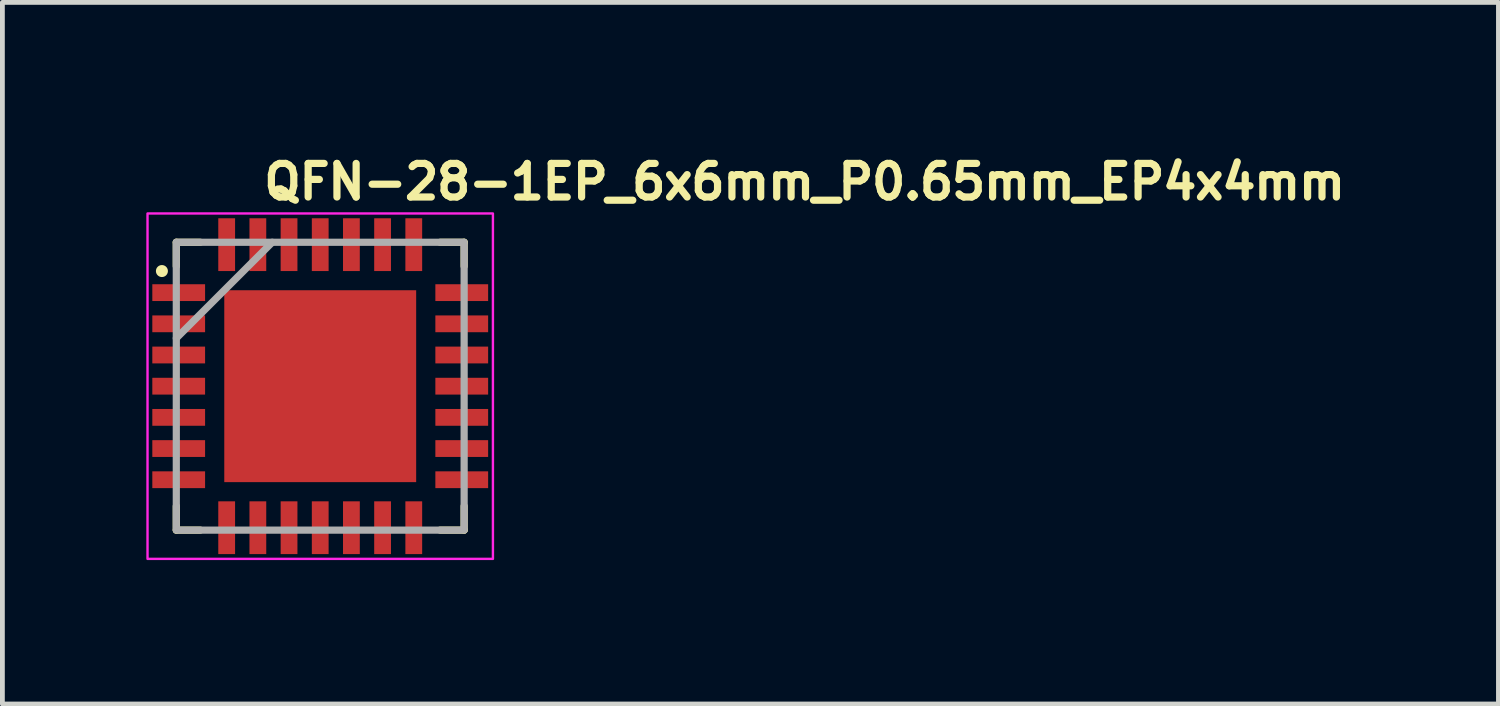
<source format=kicad_pcb>
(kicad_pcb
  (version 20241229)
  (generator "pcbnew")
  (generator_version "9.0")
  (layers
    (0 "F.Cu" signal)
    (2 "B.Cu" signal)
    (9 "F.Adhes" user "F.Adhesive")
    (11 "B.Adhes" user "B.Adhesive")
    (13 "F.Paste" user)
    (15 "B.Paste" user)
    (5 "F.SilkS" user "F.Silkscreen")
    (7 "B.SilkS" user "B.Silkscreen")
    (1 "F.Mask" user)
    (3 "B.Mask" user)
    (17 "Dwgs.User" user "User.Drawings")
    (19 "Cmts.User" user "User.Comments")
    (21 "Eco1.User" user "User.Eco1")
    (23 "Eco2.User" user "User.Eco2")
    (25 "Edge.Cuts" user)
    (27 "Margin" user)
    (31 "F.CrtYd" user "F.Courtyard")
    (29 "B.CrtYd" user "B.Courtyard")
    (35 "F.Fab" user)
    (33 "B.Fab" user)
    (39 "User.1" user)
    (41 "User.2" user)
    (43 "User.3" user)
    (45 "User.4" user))
  (footprint "QFN-28-1EP_6x6mm_P0.65mm_EP4x4mm"
    (layer "F.Cu")
    (at 3.625 5)
    (property "Reference" "QFN-28-1EP_6x6mm_P0.65mm_EP4x4mm" (at -1.25 -3.85 0) (layer "F.SilkS") (effects (font (size 0.7 0.7) (thickness 0.15)) (justify left bottom)))
    (attr smd)
    (fp_line (start -3 -3) (end -3 -2.5) (stroke (width 0.15) (type solid)) (layer "F.SilkS"))
    (fp_line (start -3 -3) (end -2.5 -3) (stroke (width 0.15) (type solid)) (layer "F.SilkS"))
    (fp_line (start -3 3) (end -3 2.5) (stroke (width 0.15) (type solid)) (layer "F.SilkS"))
    (fp_line (start -3 3) (end -2.5 3) (stroke (width 0.15) (type solid)) (layer "F.SilkS"))
    (fp_line (start 3 -3) (end 2.5 -3) (stroke (width 0.15) (type solid)) (layer "F.SilkS"))
    (fp_line (start 3 -3) (end 3 -2.5) (stroke (width 0.15) (type solid)) (layer "F.SilkS"))
    (fp_line (start 3 3) (end 2.5 3) (stroke (width 0.15) (type solid)) (layer "F.SilkS"))
    (fp_line (start 3 3) (end 3 2.5) (stroke (width 0.15) (type solid)) (layer "F.SilkS"))
    (fp_circle (center -3.3 -2.4) (end -3.25 -2.4) (stroke (width 0.15) (type solid)) (fill yes) (layer "F.SilkS"))
    (fp_poly (pts (xy -1.17 -1.17) (xy 1.17 -1.17) (xy 1.17 1.17) (xy -1.17 1.17)) (stroke (width 0.01) (type solid)) (fill yes) (layer "F.Paste"))
    (fp_rect (start -3.6 -3.6) (end 3.6 3.6) (stroke (width 0.05) (type solid)) (fill no) (layer "F.CrtYd"))
    (fp_line (start -3 -1) (end -1 -3) (stroke (width 0.15) (type solid)) (layer "F.Fab"))
    (fp_rect (start -3 -3) (end 3 3) (stroke (width 0.15) (type solid)) (fill no) (layer "F.Fab"))
    (fp_rect (start -3.01 -3.01) (end 3.01 3.01) (stroke (width 0.1) (type solid)) (fill no) (layer "User.5"))
    (fp_line (start -3.01 -2.1) (end -3 -2.1) (stroke (width 0.02) (type solid)) (layer "User.9"))
    (fp_line (start -3.01 -1.8) (end -3.01 -2.1) (stroke (width 0.02) (type solid)) (layer "User.9"))
    (fp_line (start -3.01 -1.45) (end -3 -1.45) (stroke (width 0.02) (type solid)) (layer "User.9"))
    (fp_line (start -3.01 -1.15) (end -3.01 -1.45) (stroke (width 0.02) (type solid)) (layer "User.9"))
    (fp_line (start -3.01 -0.8) (end -3 -0.8) (stroke (width 0.02) (type solid)) (layer "User.9"))
    (fp_line (start -3.01 -0.5) (end -3.01 -0.8) (stroke (width 0.02) (type solid)) (layer "User.9"))
    (fp_line (start -3.01 -0.15) (end -3 -0.15) (stroke (width 0.02) (type solid)) (layer "User.9"))
    (fp_line (start -3.01 0.15) (end -3.01 -0.15) (stroke (width 0.02) (type solid)) (layer "User.9"))
    (fp_line (start -3.01 0.5) (end -3 0.5) (stroke (width 0.02) (type solid)) (layer "User.9"))
    (fp_line (start -3.01 0.8) (end -3.01 0.5) (stroke (width 0.02) (type solid)) (layer "User.9"))
    (fp_line (start -3.01 1.15) (end -3 1.15) (stroke (width 0.02) (type solid)) (layer "User.9"))
    (fp_line (start -3.01 1.45) (end -3.01 1.15) (stroke (width 0.02) (type solid)) (layer "User.9"))
    (fp_line (start -3.01 1.8) (end -3 1.8) (stroke (width 0.02) (type solid)) (layer "User.9"))
    (fp_line (start -3.01 2.1) (end -3.01 1.8) (stroke (width 0.02) (type solid)) (layer "User.9"))
    (fp_line (start -3 -3) (end -3 3) (stroke (width 0.02) (type solid)) (layer "User.9"))
    (fp_line (start -3 -1.8) (end -3.01 -1.8) (stroke (width 0.02) (type solid)) (layer "User.9"))
    (fp_line (start -3 -1.15) (end -3.01 -1.15) (stroke (width 0.02) (type solid)) (layer "User.9"))
    (fp_line (start -3 -0.5) (end -3.01 -0.5) (stroke (width 0.02) (type solid)) (layer "User.9"))
    (fp_line (start -3 0.15) (end -3.01 0.15) (stroke (width 0.02) (type solid)) (layer "User.9"))
    (fp_line (start -3 0.8) (end -3.01 0.8) (stroke (width 0.02) (type solid)) (layer "User.9"))
    (fp_line (start -3 1.45) (end -3.01 1.45) (stroke (width 0.02) (type solid)) (layer "User.9"))
    (fp_line (start -3 2.1) (end -3.01 2.1) (stroke (width 0.02) (type solid)) (layer "User.9"))
    (fp_line (start -3 3) (end 3 3) (stroke (width 0.02) (type solid)) (layer "User.9"))
    (fp_line (start -2.55 -2.3) (end -2.549 -2.284) (stroke (width 0.02) (type solid)) (layer "User.9"))
    (fp_line (start -2.549 -2.316) (end -2.55 -2.3) (stroke (width 0.02) (type solid)) (layer "User.9"))
    (fp_line (start -2.549 -2.284) (end -2.548 -2.268) (stroke (width 0.02) (type solid)) (layer "User.9"))
    (fp_line (start -2.548 -2.332) (end -2.549 -2.316) (stroke (width 0.02) (type solid)) (layer "User.9"))
    (fp_line (start -2.548 -2.268) (end -2.545 -2.252) (stroke (width 0.02) (type solid)) (layer "User.9"))
    (fp_line (start -2.545 -2.348) (end -2.548 -2.332) (stroke (width 0.02) (type solid)) (layer "User.9"))
    (fp_line (start -2.545 -2.252) (end -2.542 -2.236) (stroke (width 0.02) (type solid)) (layer "User.9"))
    (fp_line (start -2.542 -2.364) (end -2.545 -2.348) (stroke (width 0.02) (type solid)) (layer "User.9"))
    (fp_line (start -2.542 -2.236) (end -2.537 -2.22) (stroke (width 0.02) (type solid)) (layer "User.9"))
    (fp_line (start -2.537 -2.38) (end -2.542 -2.364) (stroke (width 0.02) (type solid)) (layer "User.9"))
    (fp_line (start -2.537 -2.22) (end -2.531 -2.205) (stroke (width 0.02) (type solid)) (layer "User.9"))
    (fp_line (start -2.531 -2.395) (end -2.537 -2.38) (stroke (width 0.02) (type solid)) (layer "User.9"))
    (fp_line (start -2.531 -2.205) (end -2.524 -2.19) (stroke (width 0.02) (type solid)) (layer "User.9"))
    (fp_line (start -2.524 -2.41) (end -2.531 -2.395) (stroke (width 0.02) (type solid)) (layer "User.9"))
    (fp_line (start -2.524 -2.19) (end -2.517 -2.175) (stroke (width 0.02) (type solid)) (layer "User.9"))
    (fp_line (start -2.517 -2.425) (end -2.524 -2.41) (stroke (width 0.02) (type solid)) (layer "User.9"))
    (fp_line (start -2.517 -2.425) (end -2.517 -2.425) (stroke (width 0.02) (type solid)) (layer "User.9"))
    (fp_line (start -2.517 -2.175) (end -2.517 -2.175) (stroke (width 0.02) (type solid)) (layer "User.9"))
    (fp_line (start -2.517 -2.175) (end -2.512 -2.168) (stroke (width 0.02) (type solid)) (layer "User.9"))
    (fp_line (start -2.512 -2.168) (end -2.508 -2.161) (stroke (width 0.02) (type solid)) (layer "User.9"))
    (fp_line (start -2.508 -2.439) (end -2.517 -2.425) (stroke (width 0.02) (type solid)) (layer "User.9"))
    (fp_line (start -2.508 -2.161) (end -2.503 -2.154) (stroke (width 0.02) (type solid)) (layer "User.9"))
    (fp_line (start -2.503 -2.154) (end -2.498 -2.147) (stroke (width 0.02) (type solid)) (layer "User.9"))
    (fp_line (start -2.498 -2.453) (end -2.508 -2.439) (stroke (width 0.02) (type solid)) (layer "User.9"))
    (fp_line (start -2.498 -2.147) (end -2.493 -2.141) (stroke (width 0.02) (type solid)) (layer "User.9"))
    (fp_line (start -2.493 -2.141) (end -2.488 -2.135) (stroke (width 0.02) (type solid)) (layer "User.9"))
    (fp_line (start -2.488 -2.465) (end -2.498 -2.453) (stroke (width 0.02) (type solid)) (layer "User.9"))
    (fp_line (start -2.488 -2.135) (end -2.482 -2.129) (stroke (width 0.02) (type solid)) (layer "User.9"))
    (fp_line (start -2.482 -2.129) (end -2.476 -2.123) (stroke (width 0.02) (type solid)) (layer "User.9"))
    (fp_line (start -2.476 -2.477) (end -2.488 -2.465) (stroke (width 0.02) (type solid)) (layer "User.9"))
    (fp_line (start -2.476 -2.123) (end -2.471 -2.117) (stroke (width 0.02) (type solid)) (layer "User.9"))
    (fp_line (start -2.471 -2.117) (end -2.464 -2.112) (stroke (width 0.02) (type solid)) (layer "User.9"))
    (fp_line (start -2.464 -2.488) (end -2.476 -2.477) (stroke (width 0.02) (type solid)) (layer "User.9"))
    (fp_line (start -2.464 -2.112) (end -2.458 -2.106) (stroke (width 0.02) (type solid)) (layer "User.9"))
    (fp_line (start -2.458 -2.106) (end -2.452 -2.101) (stroke (width 0.02) (type solid)) (layer "User.9"))
    (fp_line (start -2.452 -2.499) (end -2.464 -2.488) (stroke (width 0.02) (type solid)) (layer "User.9"))
    (fp_line (start -2.452 -2.101) (end -2.445 -2.097) (stroke (width 0.02) (type solid)) (layer "User.9"))
    (fp_line (start -2.445 -2.097) (end -2.439 -2.092) (stroke (width 0.02) (type solid)) (layer "User.9"))
    (fp_line (start -2.439 -2.508) (end -2.452 -2.499) (stroke (width 0.02) (type solid)) (layer "User.9"))
    (fp_line (start -2.439 -2.092) (end -2.432 -2.088) (stroke (width 0.02) (type solid)) (layer "User.9"))
    (fp_line (start -2.432 -2.088) (end -2.425 -2.083) (stroke (width 0.02) (type solid)) (layer "User.9"))
    (fp_line (start -2.425 -2.517) (end -2.439 -2.508) (stroke (width 0.02) (type solid)) (layer "User.9"))
    (fp_line (start -2.425 -2.083) (end -2.418 -2.08) (stroke (width 0.02) (type solid)) (layer "User.9"))
    (fp_line (start -2.418 -2.08) (end -2.411 -2.076) (stroke (width 0.02) (type solid)) (layer "User.9"))
    (fp_line (start -2.411 -2.524) (end -2.425 -2.517) (stroke (width 0.02) (type solid)) (layer "User.9"))
    (fp_line (start -2.411 -2.076) (end -2.403 -2.072) (stroke (width 0.02) (type solid)) (layer "User.9"))
    (fp_line (start -2.403 -2.072) (end -2.396 -2.069) (stroke (width 0.02) (type solid)) (layer "User.9"))
    (fp_line (start -2.396 -2.531) (end -2.411 -2.524) (stroke (width 0.02) (type solid)) (layer "User.9"))
    (fp_line (start -2.396 -2.069) (end -2.388 -2.066) (stroke (width 0.02) (type solid)) (layer "User.9"))
    (fp_line (start -2.388 -2.066) (end -2.381 -2.063) (stroke (width 0.02) (type solid)) (layer "User.9"))
    (fp_line (start -2.381 -2.537) (end -2.396 -2.531) (stroke (width 0.02) (type solid)) (layer "User.9"))
    (fp_line (start -2.381 -2.063) (end -2.373 -2.061) (stroke (width 0.02) (type solid)) (layer "User.9"))
    (fp_line (start -2.373 -2.061) (end -2.365 -2.059) (stroke (width 0.02) (type solid)) (layer "User.9"))
    (fp_line (start -2.365 -2.541) (end -2.381 -2.537) (stroke (width 0.02) (type solid)) (layer "User.9"))
    (fp_line (start -2.365 -2.059) (end -2.357 -2.057) (stroke (width 0.02) (type solid)) (layer "User.9"))
    (fp_line (start -2.357 -2.057) (end -2.349 -2.055) (stroke (width 0.02) (type solid)) (layer "User.9"))
    (fp_line (start -2.349 -2.545) (end -2.365 -2.541) (stroke (width 0.02) (type solid)) (layer "User.9"))
    (fp_line (start -2.349 -2.055) (end -2.341 -2.053) (stroke (width 0.02) (type solid)) (layer "User.9"))
    (fp_line (start -2.341 -2.053) (end -2.333 -2.052) (stroke (width 0.02) (type solid)) (layer "User.9"))
    (fp_line (start -2.333 -2.548) (end -2.349 -2.545) (stroke (width 0.02) (type solid)) (layer "User.9"))
    (fp_line (start -2.333 -2.052) (end -2.325 -2.051) (stroke (width 0.02) (type solid)) (layer "User.9"))
    (fp_line (start -2.325 -2.051) (end -2.317 -2.051) (stroke (width 0.02) (type solid)) (layer "User.9"))
    (fp_line (start -2.317 -2.549) (end -2.333 -2.548) (stroke (width 0.02) (type solid)) (layer "User.9"))
    (fp_line (start -2.317 -2.051) (end -2.308 -2.05) (stroke (width 0.02) (type solid)) (layer "User.9"))
    (fp_line (start -2.308 -2.05) (end -2.3 -2.05) (stroke (width 0.02) (type solid)) (layer "User.9"))
    (fp_line (start -2.3 -2.55) (end -2.317 -2.549) (stroke (width 0.02) (type solid)) (layer "User.9"))
    (fp_line (start -2.3 -2.05) (end -2.283 -2.051) (stroke (width 0.02) (type solid)) (layer "User.9"))
    (fp_line (start -2.292 -2.55) (end -2.3 -2.55) (stroke (width 0.02) (type solid)) (layer "User.9"))
    (fp_line (start -2.283 -2.549) (end -2.292 -2.55) (stroke (width 0.02) (type solid)) (layer "User.9"))
    (fp_line (start -2.283 -2.051) (end -2.267 -2.052) (stroke (width 0.02) (type solid)) (layer "User.9"))
    (fp_line (start -2.275 -2.549) (end -2.283 -2.549) (stroke (width 0.02) (type solid)) (layer "User.9"))
    (fp_line (start -2.267 -2.548) (end -2.275 -2.549) (stroke (width 0.02) (type solid)) (layer "User.9"))
    (fp_line (start -2.267 -2.052) (end -2.251 -2.055) (stroke (width 0.02) (type solid)) (layer "User.9"))
    (fp_line (start -2.259 -2.547) (end -2.267 -2.548) (stroke (width 0.02) (type solid)) (layer "User.9"))
    (fp_line (start -2.251 -2.545) (end -2.259 -2.547) (stroke (width 0.02) (type solid)) (layer "User.9"))
    (fp_line (start -2.251 -2.055) (end -2.235 -2.059) (stroke (width 0.02) (type solid)) (layer "User.9"))
    (fp_line (start -2.243 -2.543) (end -2.251 -2.545) (stroke (width 0.02) (type solid)) (layer "User.9"))
    (fp_line (start -2.235 -2.541) (end -2.243 -2.543) (stroke (width 0.02) (type solid)) (layer "User.9"))
    (fp_line (start -2.235 -2.059) (end -2.219 -2.063) (stroke (width 0.02) (type solid)) (layer "User.9"))
    (fp_line (start -2.227 -2.539) (end -2.235 -2.541) (stroke (width 0.02) (type solid)) (layer "User.9"))
    (fp_line (start -2.219 -2.537) (end -2.227 -2.539) (stroke (width 0.02) (type solid)) (layer "User.9"))
    (fp_line (start -2.219 -2.063) (end -2.204 -2.069) (stroke (width 0.02) (type solid)) (layer "User.9"))
    (fp_line (start -2.212 -2.534) (end -2.219 -2.537) (stroke (width 0.02) (type solid)) (layer "User.9"))
    (fp_line (start -2.204 -2.531) (end -2.212 -2.534) (stroke (width 0.02) (type solid)) (layer "User.9"))
    (fp_line (start -2.204 -2.069) (end -2.189 -2.076) (stroke (width 0.02) (type solid)) (layer "User.9"))
    (fp_line (start -2.197 -2.528) (end -2.204 -2.531) (stroke (width 0.02) (type solid)) (layer "User.9"))
    (fp_line (start -2.189 -2.524) (end -2.197 -2.528) (stroke (width 0.02) (type solid)) (layer "User.9"))
    (fp_line (start -2.189 -2.076) (end -2.175 -2.083) (stroke (width 0.02) (type solid)) (layer "User.9"))
    (fp_line (start -2.182 -2.52) (end -2.189 -2.524) (stroke (width 0.02) (type solid)) (layer "User.9"))
    (fp_line (start -2.175 -2.517) (end -2.182 -2.52) (stroke (width 0.02) (type solid)) (layer "User.9"))
    (fp_line (start -2.175 -2.083) (end -2.161 -2.092) (stroke (width 0.02) (type solid)) (layer "User.9"))
    (fp_line (start -2.168 -2.512) (end -2.175 -2.517) (stroke (width 0.02) (type solid)) (layer "User.9"))
    (fp_line (start -2.161 -2.508) (end -2.168 -2.512) (stroke (width 0.02) (type solid)) (layer "User.9"))
    (fp_line (start -2.161 -2.092) (end -2.148 -2.101) (stroke (width 0.02) (type solid)) (layer "User.9"))
    (fp_line (start -2.155 -2.503) (end -2.161 -2.508) (stroke (width 0.02) (type solid)) (layer "User.9"))
    (fp_line (start -2.148 -2.499) (end -2.155 -2.503) (stroke (width 0.02) (type solid)) (layer "User.9"))
    (fp_line (start -2.148 -2.101) (end -2.136 -2.112) (stroke (width 0.02) (type solid)) (layer "User.9"))
    (fp_line (start -2.142 -2.494) (end -2.148 -2.499) (stroke (width 0.02) (type solid)) (layer "User.9"))
    (fp_line (start -2.136 -2.488) (end -2.142 -2.494) (stroke (width 0.02) (type solid)) (layer "User.9"))
    (fp_line (start -2.136 -2.112) (end -2.124 -2.123) (stroke (width 0.02) (type solid)) (layer "User.9"))
    (fp_line (start -2.129 -2.483) (end -2.136 -2.488) (stroke (width 0.02) (type solid)) (layer "User.9"))
    (fp_line (start -2.124 -2.477) (end -2.129 -2.483) (stroke (width 0.02) (type solid)) (layer "User.9"))
    (fp_line (start -2.124 -2.123) (end -2.112 -2.135) (stroke (width 0.02) (type solid)) (layer "User.9"))
    (fp_line (start -2.118 -2.471) (end -2.124 -2.477) (stroke (width 0.02) (type solid)) (layer "User.9"))
    (fp_line (start -2.112 -2.465) (end -2.118 -2.471) (stroke (width 0.02) (type solid)) (layer "User.9"))
    (fp_line (start -2.112 -2.135) (end -2.102 -2.147) (stroke (width 0.02) (type solid)) (layer "User.9"))
    (fp_line (start -2.107 -2.459) (end -2.112 -2.465) (stroke (width 0.02) (type solid)) (layer "User.9"))
    (fp_line (start -2.102 -2.453) (end -2.107 -2.459) (stroke (width 0.02) (type solid)) (layer "User.9"))
    (fp_line (start -2.102 -2.147) (end -2.092 -2.161) (stroke (width 0.02) (type solid)) (layer "User.9"))
    (fp_line (start -2.1 -3.01) (end -1.8 -3.01) (stroke (width 0.02) (type solid)) (layer "User.9"))
    (fp_line (start -2.1 -3) (end -2.1 -3.01) (stroke (width 0.02) (type solid)) (layer "User.9"))
    (fp_line (start -2.1 3.01) (end -2.1 3) (stroke (width 0.02) (type solid)) (layer "User.9"))
    (fp_line (start -2.097 -2.446) (end -2.102 -2.453) (stroke (width 0.02) (type solid)) (layer "User.9"))
    (fp_line (start -2.092 -2.439) (end -2.097 -2.446) (stroke (width 0.02) (type solid)) (layer "User.9"))
    (fp_line (start -2.092 -2.161) (end -2.083 -2.175) (stroke (width 0.02) (type solid)) (layer "User.9"))
    (fp_line (start -2.088 -2.432) (end -2.092 -2.439) (stroke (width 0.02) (type solid)) (layer "User.9"))
    (fp_line (start -2.083 -2.425) (end -2.088 -2.432) (stroke (width 0.02) (type solid)) (layer "User.9"))
    (fp_line (start -2.083 -2.425) (end -2.083 -2.425) (stroke (width 0.02) (type solid)) (layer "User.9"))
    (fp_line (start -2.083 -2.175) (end -2.083 -2.175) (stroke (width 0.02) (type solid)) (layer "User.9"))
    (fp_line (start -2.083 -2.175) (end -2.076 -2.19) (stroke (width 0.02) (type solid)) (layer "User.9"))
    (fp_line (start -2.076 -2.41) (end -2.083 -2.425) (stroke (width 0.02) (type solid)) (layer "User.9"))
    (fp_line (start -2.076 -2.19) (end -2.069 -2.205) (stroke (width 0.02) (type solid)) (layer "User.9"))
    (fp_line (start -2.069 -2.395) (end -2.076 -2.41) (stroke (width 0.02) (type solid)) (layer "User.9"))
    (fp_line (start -2.069 -2.205) (end -2.063 -2.22) (stroke (width 0.02) (type solid)) (layer "User.9"))
    (fp_line (start -2.063 -2.38) (end -2.069 -2.395) (stroke (width 0.02) (type solid)) (layer "User.9"))
    (fp_line (start -2.063 -2.22) (end -2.058 -2.236) (stroke (width 0.02) (type solid)) (layer "User.9"))
    (fp_line (start -2.058 -2.364) (end -2.063 -2.38) (stroke (width 0.02) (type solid)) (layer "User.9"))
    (fp_line (start -2.058 -2.236) (end -2.055 -2.252) (stroke (width 0.02) (type solid)) (layer "User.9"))
    (fp_line (start -2.055 -2.348) (end -2.058 -2.364) (stroke (width 0.02) (type solid)) (layer "User.9"))
    (fp_line (start -2.055 -2.252) (end -2.052 -2.268) (stroke (width 0.02) (type solid)) (layer "User.9"))
    (fp_line (start -2.052 -2.332) (end -2.055 -2.348) (stroke (width 0.02) (type solid)) (layer "User.9"))
    (fp_line (start -2.052 -2.268) (end -2.051 -2.284) (stroke (width 0.02) (type solid)) (layer "User.9"))
    (fp_line (start -2.051 -2.316) (end -2.052 -2.332) (stroke (width 0.02) (type solid)) (layer "User.9"))
    (fp_line (start -2.051 -2.284) (end -2.05 -2.3) (stroke (width 0.02) (type solid)) (layer "User.9"))
    (fp_line (start -2.05 -2.3) (end -2.051 -2.316) (stroke (width 0.02) (type solid)) (layer "User.9"))
    (fp_line (start -1.8 -3.01) (end -1.8 -3) (stroke (width 0.02) (type solid)) (layer "User.9"))
    (fp_line (start -1.8 3) (end -1.8 3.01) (stroke (width 0.02) (type solid)) (layer "User.9"))
    (fp_line (start -1.8 3.01) (end -2.1 3.01) (stroke (width 0.02) (type solid)) (layer "User.9"))
    (fp_line (start -1.45 -3.01) (end -1.15 -3.01) (stroke (width 0.02) (type solid)) (layer "User.9"))
    (fp_line (start -1.45 -3) (end -1.45 -3.01) (stroke (width 0.02) (type solid)) (layer "User.9"))
    (fp_line (start -1.45 3.01) (end -1.45 3) (stroke (width 0.02) (type solid)) (layer "User.9"))
    (fp_line (start -1.15 -3.01) (end -1.15 -3) (stroke (width 0.02) (type solid)) (layer "User.9"))
    (fp_line (start -1.15 3) (end -1.15 3.01) (stroke (width 0.02) (type solid)) (layer "User.9"))
    (fp_line (start -1.15 3.01) (end -1.45 3.01) (stroke (width 0.02) (type solid)) (layer "User.9"))
    (fp_line (start -0.8 -3.01) (end -0.5 -3.01) (stroke (width 0.02) (type solid)) (layer "User.9"))
    (fp_line (start -0.8 -3) (end -0.8 -3.01) (stroke (width 0.02) (type solid)) (layer "User.9"))
    (fp_line (start -0.8 3.01) (end -0.8 3) (stroke (width 0.02) (type solid)) (layer "User.9"))
    (fp_line (start -0.5 -3.01) (end -0.5 -3) (stroke (width 0.02) (type solid)) (layer "User.9"))
    (fp_line (start -0.5 3) (end -0.5 3.01) (stroke (width 0.02) (type solid)) (layer "User.9"))
    (fp_line (start -0.5 3.01) (end -0.8 3.01) (stroke (width 0.02) (type solid)) (layer "User.9"))
    (fp_line (start -0.15 -3.01) (end 0.15 -3.01) (stroke (width 0.02) (type solid)) (layer "User.9"))
    (fp_line (start -0.15 -3) (end -0.15 -3.01) (stroke (width 0.02) (type solid)) (layer "User.9"))
    (fp_line (start -0.15 3.01) (end -0.15 3) (stroke (width 0.02) (type solid)) (layer "User.9"))
    (fp_line (start 0.15 -3.01) (end 0.15 -3) (stroke (width 0.02) (type solid)) (layer "User.9"))
    (fp_line (start 0.15 3) (end 0.15 3.01) (stroke (width 0.02) (type solid)) (layer "User.9"))
    (fp_line (start 0.15 3.01) (end -0.15 3.01) (stroke (width 0.02) (type solid)) (layer "User.9"))
    (fp_line (start 0.5 -3.01) (end 0.8 -3.01) (stroke (width 0.02) (type solid)) (layer "User.9"))
    (fp_line (start 0.5 -3) (end 0.5 -3.01) (stroke (width 0.02) (type solid)) (layer "User.9"))
    (fp_line (start 0.5 3.01) (end 0.5 3) (stroke (width 0.02) (type solid)) (layer "User.9"))
    (fp_line (start 0.8 -3.01) (end 0.8 -3) (stroke (width 0.02) (type solid)) (layer "User.9"))
    (fp_line (start 0.8 3) (end 0.8 3.01) (stroke (width 0.02) (type solid)) (layer "User.9"))
    (fp_line (start 0.8 3.01) (end 0.5 3.01) (stroke (width 0.02) (type solid)) (layer "User.9"))
    (fp_line (start 1.15 -3.01) (end 1.45 -3.01) (stroke (width 0.02) (type solid)) (layer "User.9"))
    (fp_line (start 1.15 -3) (end 1.15 -3.01) (stroke (width 0.02) (type solid)) (layer "User.9"))
    (fp_line (start 1.15 3.01) (end 1.15 3) (stroke (width 0.02) (type solid)) (layer "User.9"))
    (fp_line (start 1.45 -3.01) (end 1.45 -3) (stroke (width 0.02) (type solid)) (layer "User.9"))
    (fp_line (start 1.45 3) (end 1.45 3.01) (stroke (width 0.02) (type solid)) (layer "User.9"))
    (fp_line (start 1.45 3.01) (end 1.15 3.01) (stroke (width 0.02) (type solid)) (layer "User.9"))
    (fp_line (start 1.8 -3.01) (end 2.1 -3.01) (stroke (width 0.02) (type solid)) (layer "User.9"))
    (fp_line (start 1.8 -3) (end 1.8 -3.01) (stroke (width 0.02) (type solid)) (layer "User.9"))
    (fp_line (start 1.8 3.01) (end 1.8 3) (stroke (width 0.02) (type solid)) (layer "User.9"))
    (fp_line (start 2.1 -3.01) (end 2.1 -3) (stroke (width 0.02) (type solid)) (layer "User.9"))
    (fp_line (start 2.1 3) (end 2.1 3.01) (stroke (width 0.02) (type solid)) (layer "User.9"))
    (fp_line (start 2.1 3.01) (end 1.8 3.01) (stroke (width 0.02) (type solid)) (layer "User.9"))
    (fp_line (start 3 -3) (end -3 -3) (stroke (width 0.02) (type solid)) (layer "User.9"))
    (fp_line (start 3 -2.1) (end 3.01 -2.1) (stroke (width 0.02) (type solid)) (layer "User.9"))
    (fp_line (start 3 -1.45) (end 3.01 -1.45) (stroke (width 0.02) (type solid)) (layer "User.9"))
    (fp_line (start 3 -0.8) (end 3.01 -0.8) (stroke (width 0.02) (type solid)) (layer "User.9"))
    (fp_line (start 3 -0.15) (end 3.01 -0.15) (stroke (width 0.02) (type solid)) (layer "User.9"))
    (fp_line (start 3 0.5) (end 3.01 0.5) (stroke (width 0.02) (type solid)) (layer "User.9"))
    (fp_line (start 3 1.15) (end 3.01 1.15) (stroke (width 0.02) (type solid)) (layer "User.9"))
    (fp_line (start 3 1.8) (end 3.01 1.8) (stroke (width 0.02) (type solid)) (layer "User.9"))
    (fp_line (start 3 3) (end 3 -3) (stroke (width 0.02) (type solid)) (layer "User.9"))
    (fp_line (start 3.01 -2.1) (end 3.01 -1.8) (stroke (width 0.02) (type solid)) (layer "User.9"))
    (fp_line (start 3.01 -1.8) (end 3 -1.8) (stroke (width 0.02) (type solid)) (layer "User.9"))
    (fp_line (start 3.01 -1.45) (end 3.01 -1.15) (stroke (width 0.02) (type solid)) (layer "User.9"))
    (fp_line (start 3.01 -1.15) (end 3 -1.15) (stroke (width 0.02) (type solid)) (layer "User.9"))
    (fp_line (start 3.01 -0.8) (end 3.01 -0.5) (stroke (width 0.02) (type solid)) (layer "User.9"))
    (fp_line (start 3.01 -0.5) (end 3 -0.5) (stroke (width 0.02) (type solid)) (layer "User.9"))
    (fp_line (start 3.01 -0.15) (end 3.01 0.15) (stroke (width 0.02) (type solid)) (layer "User.9"))
    (fp_line (start 3.01 0.15) (end 3 0.15) (stroke (width 0.02) (type solid)) (layer "User.9"))
    (fp_line (start 3.01 0.5) (end 3.01 0.8) (stroke (width 0.02) (type solid)) (layer "User.9"))
    (fp_line (start 3.01 0.8) (end 3 0.8) (stroke (width 0.02) (type solid)) (layer "User.9"))
    (fp_line (start 3.01 1.15) (end 3.01 1.45) (stroke (width 0.02) (type solid)) (layer "User.9"))
    (fp_line (start 3.01 1.45) (end 3 1.45) (stroke (width 0.02) (type solid)) (layer "User.9"))
    (fp_line (start 3.01 1.8) (end 3.01 2.1) (stroke (width 0.02) (type solid)) (layer "User.9"))
    (fp_line (start 3.01 2.1) (end 3 2.1) (stroke (width 0.02) (type solid)) (layer "User.9"))
    (pad "1" smd rect (at -2.95 -1.95) (size 1.1 0.35) (layers "F.Cu" "F.Mask" "F.Paste"))
    (pad "2" smd rect (at -2.95 -1.3) (size 1.1 0.35) (layers "F.Cu" "F.Mask" "F.Paste"))
    (pad "3" smd rect (at -2.95 -0.65) (size 1.1 0.35) (layers "F.Cu" "F.Mask" "F.Paste"))
    (pad "4" smd rect (at -2.95 0) (size 1.1 0.35) (layers "F.Cu" "F.Mask" "F.Paste"))
    (pad "5" smd rect (at -2.95 0.65) (size 1.1 0.35) (layers "F.Cu" "F.Mask" "F.Paste"))
    (pad "6" smd rect (at -2.95 1.3) (size 1.1 0.35) (layers "F.Cu" "F.Mask" "F.Paste"))
    (pad "7" smd rect (at -2.95 1.95) (size 1.1 0.35) (layers "F.Cu" "F.Mask" "F.Paste"))
    (pad "8" smd rect (at -1.95 2.95) (size 0.35 1.1) (layers "F.Cu" "F.Mask" "F.Paste"))
    (pad "9" smd rect (at -1.3 2.95) (size 0.35 1.1) (layers "F.Cu" "F.Mask" "F.Paste"))
    (pad "10" smd rect (at -0.65 2.95) (size 0.35 1.1) (layers "F.Cu" "F.Mask" "F.Paste"))
    (pad "11" smd rect (at 0 2.95) (size 0.35 1.1) (layers "F.Cu" "F.Mask" "F.Paste"))
    (pad "12" smd rect (at 0.65 2.95) (size 0.35 1.1) (layers "F.Cu" "F.Mask" "F.Paste"))
    (pad "13" smd rect (at 1.3 2.95) (size 0.35 1.1) (layers "F.Cu" "F.Mask" "F.Paste"))
    (pad "14" smd rect (at 1.95 2.95) (size 0.35 1.1) (layers "F.Cu" "F.Mask" "F.Paste"))
    (pad "15" smd rect (at 2.95 1.95) (size 1.1 0.35) (layers "F.Cu" "F.Mask" "F.Paste"))
    (pad "16" smd rect (at 2.95 1.3) (size 1.1 0.35) (layers "F.Cu" "F.Mask" "F.Paste"))
    (pad "17" smd rect (at 2.95 0.65) (size 1.1 0.35) (layers "F.Cu" "F.Mask" "F.Paste"))
    (pad "18" smd rect (at 2.95 0) (size 1.1 0.35) (layers "F.Cu" "F.Mask" "F.Paste"))
    (pad "19" smd rect (at 2.95 -0.65) (size 1.1 0.35) (layers "F.Cu" "F.Mask" "F.Paste"))
    (pad "20" smd rect (at 2.95 -1.3) (size 1.1 0.35) (layers "F.Cu" "F.Mask" "F.Paste"))
    (pad "21" smd rect (at 2.95 -1.95) (size 1.1 0.35) (layers "F.Cu" "F.Mask" "F.Paste"))
    (pad "22" smd rect (at 1.95 -2.95) (size 0.35 1.1) (layers "F.Cu" "F.Mask" "F.Paste"))
    (pad "23" smd rect (at 1.3 -2.95) (size 0.35 1.1) (layers "F.Cu" "F.Mask" "F.Paste"))
    (pad "24" smd rect (at 0.65 -2.95) (size 0.35 1.1) (layers "F.Cu" "F.Mask" "F.Paste"))
    (pad "25" smd rect (at 0 -2.95) (size 0.35 1.1) (layers "F.Cu" "F.Mask" "F.Paste"))
    (pad "26" smd rect (at -0.65 -2.95) (size 0.35 1.1) (layers "F.Cu" "F.Mask" "F.Paste"))
    (pad "27" smd rect (at -1.3 -2.95) (size 0.35 1.1) (layers "F.Cu" "F.Mask" "F.Paste"))
    (pad "28" smd rect (at -1.95 -2.95) (size 0.35 1.1) (layers "F.Cu" "F.Mask" "F.Paste"))
    (pad "29" smd rect (at 0 0) (size 4 4) (layers "F.Cu" "F.Mask")))
  (gr_rect
    (start -3 -3)
    (end 28.185 11.625)
    (stroke (width 0.1) (type default))
    (fill no)
    (layer "Edge.Cuts")))
</source>
